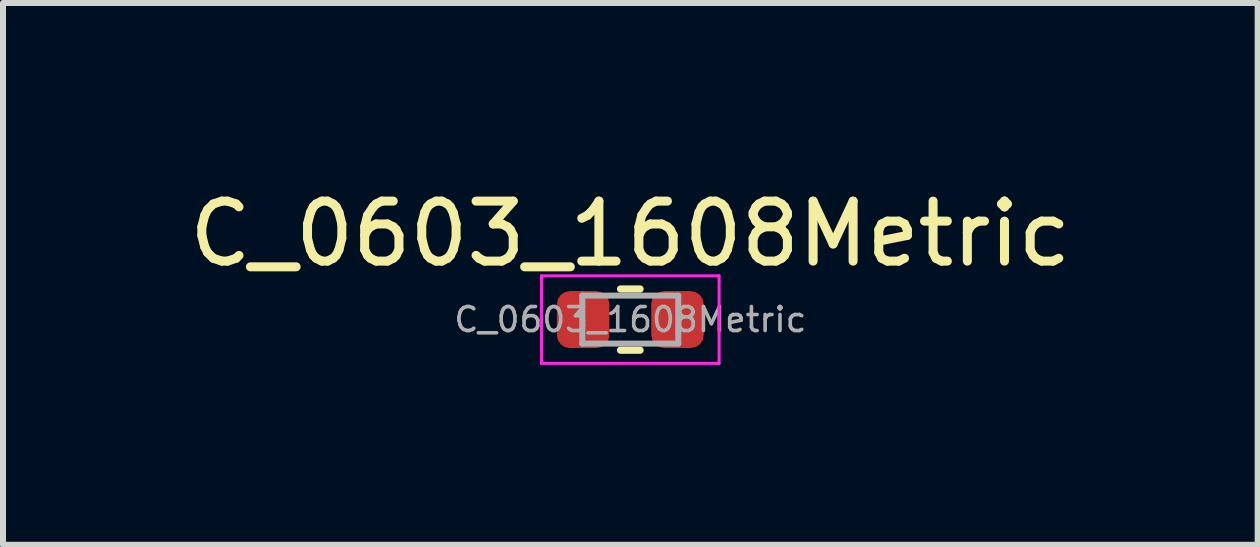
<source format=kicad_pcb>
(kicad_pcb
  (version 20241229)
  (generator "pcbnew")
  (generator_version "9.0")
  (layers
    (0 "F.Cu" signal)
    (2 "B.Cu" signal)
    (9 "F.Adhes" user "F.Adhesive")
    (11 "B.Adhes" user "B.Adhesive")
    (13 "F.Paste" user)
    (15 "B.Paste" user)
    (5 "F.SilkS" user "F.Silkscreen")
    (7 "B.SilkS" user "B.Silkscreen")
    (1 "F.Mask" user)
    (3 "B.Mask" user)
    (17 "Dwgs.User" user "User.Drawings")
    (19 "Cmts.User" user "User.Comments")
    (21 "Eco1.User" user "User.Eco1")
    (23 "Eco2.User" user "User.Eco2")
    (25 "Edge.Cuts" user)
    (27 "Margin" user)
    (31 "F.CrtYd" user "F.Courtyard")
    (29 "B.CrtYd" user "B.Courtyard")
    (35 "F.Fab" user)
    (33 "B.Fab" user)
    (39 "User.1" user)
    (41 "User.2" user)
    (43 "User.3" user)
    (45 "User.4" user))
  (footprint "C_0603_1608Metric"
    (layer "F.Cu")
    (at 7.458 2.278)
    (property "Reference" "C_0603_1608Metric" (at 0 -1.43 0) (layer "F.SilkS") (effects (font (size 1 1) (thickness 0.15))))
    (attr smd)
    (fp_line (start -0.163 -0.51) (end 0.163 -0.51) (stroke (width 0.12) (type solid)) (layer "F.SilkS"))
    (fp_line (start -0.163 0.51) (end 0.163 0.51) (stroke (width 0.12) (type solid)) (layer "F.SilkS"))
    (fp_line (start -1.48 -0.73) (end 1.48 -0.73) (stroke (width 0.05) (type solid)) (layer "F.CrtYd"))
    (fp_line (start -1.48 0.73) (end -1.48 -0.73) (stroke (width 0.05) (type solid)) (layer "F.CrtYd"))
    (fp_line (start 1.48 -0.73) (end 1.48 0.73) (stroke (width 0.05) (type solid)) (layer "F.CrtYd"))
    (fp_line (start 1.48 0.73) (end -1.48 0.73) (stroke (width 0.05) (type solid)) (layer "F.CrtYd"))
    (fp_line (start -0.8 -0.4) (end 0.8 -0.4) (stroke (width 0.1) (type solid)) (layer "F.Fab"))
    (fp_line (start -0.8 0.4) (end -0.8 -0.4) (stroke (width 0.1) (type solid)) (layer "F.Fab"))
    (fp_line (start 0.8 -0.4) (end 0.8 0.4) (stroke (width 0.1) (type solid)) (layer "F.Fab"))
    (fp_line (start 0.8 0.4) (end -0.8 0.4) (stroke (width 0.1) (type solid)) (layer "F.Fab"))
    (fp_text user "${REFERENCE}" (at 0 0 0) (layer "F.Fab") (effects (font (size 0.4 0.4) (thickness 0.06))))
    (pad "1" smd roundrect (at -0.787 0) (size 0.875 0.95) (layers "F.Cu" "F.Mask" "F.Paste") (roundrect_rratio 0.25))
    (pad "2" smd roundrect (at 0.787 0) (size 0.875 0.95) (layers "F.Cu" "F.Mask" "F.Paste") (roundrect_rratio 0.25)))
  (gr_rect
    (start -3 -3)
    (end 17.917 6.033)
    (stroke (width 0.1) (type default))
    (fill no)
    (layer "Edge.Cuts")))
</source>
